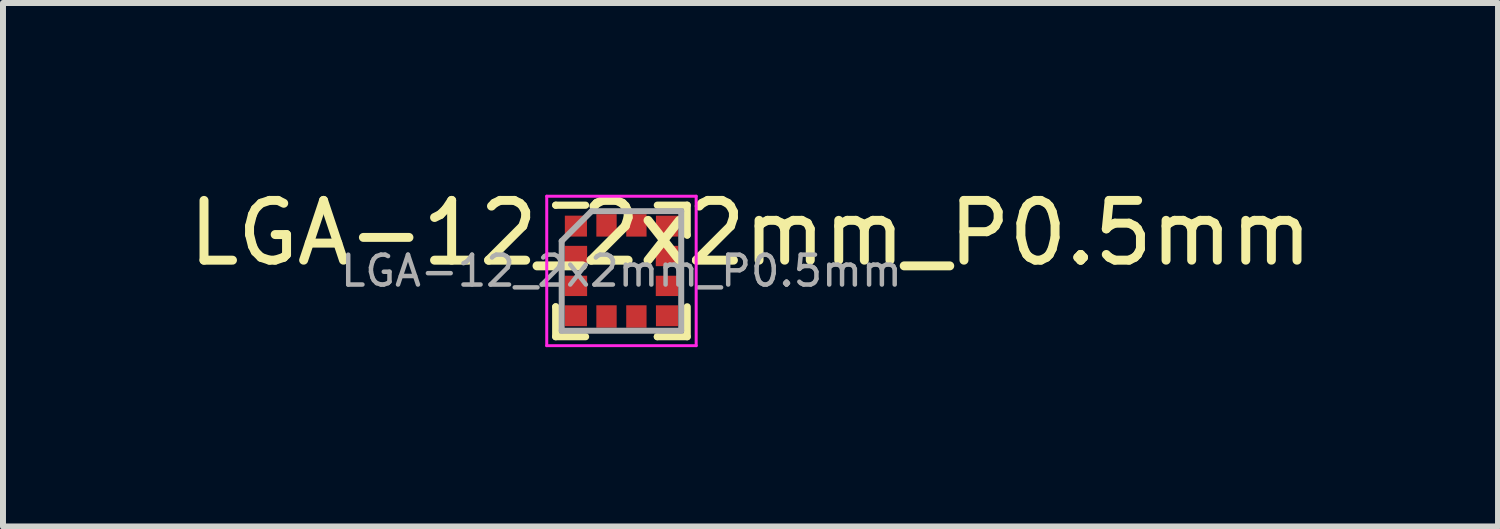
<source format=kicad_pcb>
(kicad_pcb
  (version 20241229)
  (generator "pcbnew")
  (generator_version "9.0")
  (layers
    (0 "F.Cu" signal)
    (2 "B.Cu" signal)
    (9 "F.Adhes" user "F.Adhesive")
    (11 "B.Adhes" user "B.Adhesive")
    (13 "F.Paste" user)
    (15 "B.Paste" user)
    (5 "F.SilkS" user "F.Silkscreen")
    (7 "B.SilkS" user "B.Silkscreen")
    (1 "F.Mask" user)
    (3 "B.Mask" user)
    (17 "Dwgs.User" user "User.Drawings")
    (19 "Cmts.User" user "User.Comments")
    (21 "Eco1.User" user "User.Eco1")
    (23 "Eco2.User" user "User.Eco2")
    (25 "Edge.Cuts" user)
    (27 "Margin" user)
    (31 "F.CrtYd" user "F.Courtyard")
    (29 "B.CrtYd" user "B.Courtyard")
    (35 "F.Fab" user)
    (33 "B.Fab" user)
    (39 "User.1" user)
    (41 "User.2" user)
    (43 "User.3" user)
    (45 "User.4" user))
  (footprint "LGA-12_2x2mm_P0.5mm"
    (layer "F.Cu")
    (at 7.347 1.483)
    (property "Reference" "LGA-12_2x2mm_P0.5mm" (at 2.159 -0.635 0) (layer "F.SilkS") (effects (font (size 1 1) (thickness 0.15))))
    (attr smd)
    (fp_line (start -1.1 -1.1) (end -1.1 -1.1) (stroke (width 0.12) (type solid)) (layer "F.SilkS"))
    (fp_line (start -1.1 0.6) (end -1.1 0.6) (stroke (width 0.12) (type solid)) (layer "F.SilkS"))
    (fp_line (start -1.1 1.1) (end -1.1 0.6) (stroke (width 0.12) (type solid)) (layer "F.SilkS"))
    (fp_line (start -0.6 -1.1) (end -1.1 -1.1) (stroke (width 0.12) (type solid)) (layer "F.SilkS"))
    (fp_line (start -0.6 1.1) (end -1.1 1.1) (stroke (width 0.12) (type solid)) (layer "F.SilkS"))
    (fp_line (start 0.6 -1.1) (end 1.1 -1.1) (stroke (width 0.12) (type solid)) (layer "F.SilkS"))
    (fp_line (start 0.6 1.1) (end 0.6 1.1) (stroke (width 0.12) (type solid)) (layer "F.SilkS"))
    (fp_line (start 1.1 -1.1) (end 1.1 -0.6) (stroke (width 0.12) (type solid)) (layer "F.SilkS"))
    (fp_line (start 1.1 -0.6) (end 1.1 -0.6) (stroke (width 0.12) (type solid)) (layer "F.SilkS"))
    (fp_line (start 1.1 0.6) (end 1.1 1.1) (stroke (width 0.12) (type solid)) (layer "F.SilkS"))
    (fp_line (start 1.1 1.1) (end 0.6 1.1) (stroke (width 0.12) (type solid)) (layer "F.SilkS"))
    (fp_line (start -1.25 -1.25) (end 1.25 -1.25) (stroke (width 0.05) (type solid)) (layer "F.CrtYd"))
    (fp_line (start -1.25 1.25) (end -1.25 -1.25) (stroke (width 0.05) (type solid)) (layer "F.CrtYd"))
    (fp_line (start 1.25 -1.25) (end 1.25 1.25) (stroke (width 0.05) (type solid)) (layer "F.CrtYd"))
    (fp_line (start 1.25 1.25) (end -1.25 1.25) (stroke (width 0.05) (type solid)) (layer "F.CrtYd"))
    (fp_line (start -1 -0.5) (end -0.5 -1) (stroke (width 0.1) (type solid)) (layer "F.Fab"))
    (fp_line (start -1 1) (end -1 -0.5) (stroke (width 0.1) (type solid)) (layer "F.Fab"))
    (fp_line (start -0.5 -1) (end 1 -1) (stroke (width 0.1) (type solid)) (layer "F.Fab"))
    (fp_line (start 1 -1) (end 1 1) (stroke (width 0.1) (type solid)) (layer "F.Fab"))
    (fp_line (start 1 1) (end -1 1) (stroke (width 0.1) (type solid)) (layer "F.Fab"))
    (fp_text user "${REFERENCE}" (at 0 0 0) (layer "F.Fab") (effects (font (size 0.5 0.5) (thickness 0.075))))
    (pad "1" smd rect (at -0.762 -0.75) (size 0.37 0.35) (layers "F.Cu" "F.Mask" "F.Paste"))
    (pad "2" smd rect (at -0.762 -0.25) (size 0.375 0.34) (layers "F.Cu" "F.Mask" "F.Paste"))
    (pad "3" smd rect (at -0.762 0.25) (size 0.375 0.34) (layers "F.Cu" "F.Mask" "F.Paste"))
    (pad "4" smd rect (at -0.762 0.75) (size 0.37 0.35) (layers "F.Cu" "F.Mask" "F.Paste"))
    (pad "5" smd rect (at -0.25 0.762 90) (size 0.375 0.34) (layers "F.Cu" "F.Mask" "F.Paste"))
    (pad "6" smd rect (at 0.25 0.762 90) (size 0.375 0.34) (layers "F.Cu" "F.Mask" "F.Paste"))
    (pad "7" smd rect (at 0.762 0.75) (size 0.37 0.35) (layers "F.Cu" "F.Mask" "F.Paste"))
    (pad "8" smd rect (at 0.762 0.25) (size 0.375 0.34) (layers "F.Cu" "F.Mask" "F.Paste"))
    (pad "9" smd rect (at 0.762 -0.25) (size 0.375 0.34) (layers "F.Cu" "F.Mask" "F.Paste"))
    (pad "10" smd rect (at 0.762 -0.75) (size 0.37 0.35) (layers "F.Cu" "F.Mask" "F.Paste"))
    (pad "11" smd rect (at 0.25 -0.762 90) (size 0.375 0.34) (layers "F.Cu" "F.Mask" "F.Paste"))
    (pad "12" smd rect (at -0.25 -0.762 90) (size 0.375 0.34) (layers "F.Cu" "F.Mask" "F.Paste")))
  (gr_rect
    (start -3 -3)
    (end 22.012 5.758)
    (stroke (width 0.1) (type default))
    (fill no)
    (layer "Edge.Cuts")))
</source>
